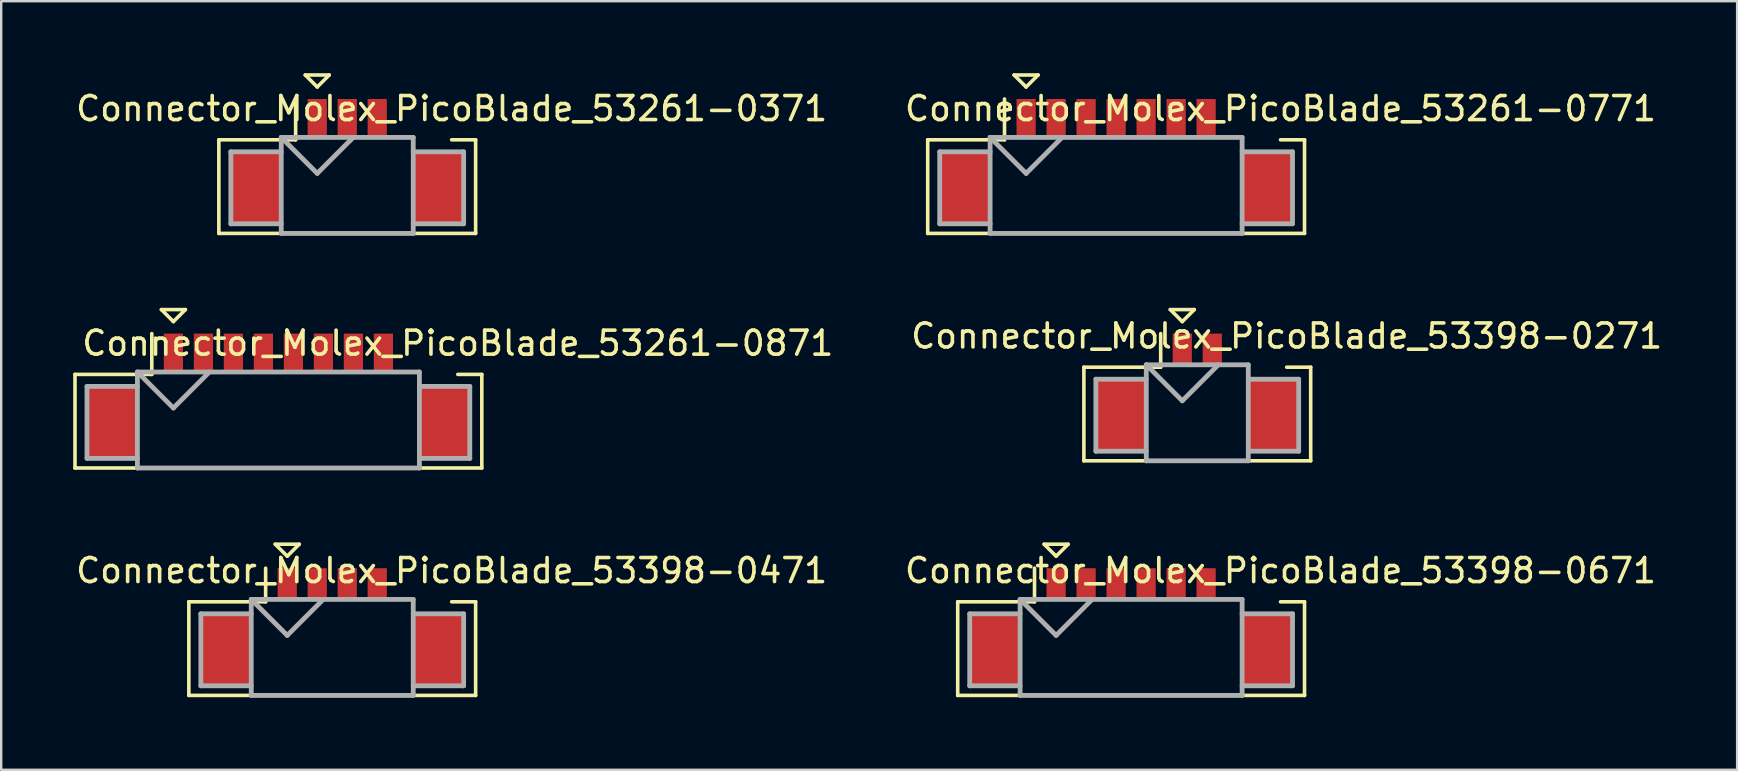
<source format=kicad_pcb>
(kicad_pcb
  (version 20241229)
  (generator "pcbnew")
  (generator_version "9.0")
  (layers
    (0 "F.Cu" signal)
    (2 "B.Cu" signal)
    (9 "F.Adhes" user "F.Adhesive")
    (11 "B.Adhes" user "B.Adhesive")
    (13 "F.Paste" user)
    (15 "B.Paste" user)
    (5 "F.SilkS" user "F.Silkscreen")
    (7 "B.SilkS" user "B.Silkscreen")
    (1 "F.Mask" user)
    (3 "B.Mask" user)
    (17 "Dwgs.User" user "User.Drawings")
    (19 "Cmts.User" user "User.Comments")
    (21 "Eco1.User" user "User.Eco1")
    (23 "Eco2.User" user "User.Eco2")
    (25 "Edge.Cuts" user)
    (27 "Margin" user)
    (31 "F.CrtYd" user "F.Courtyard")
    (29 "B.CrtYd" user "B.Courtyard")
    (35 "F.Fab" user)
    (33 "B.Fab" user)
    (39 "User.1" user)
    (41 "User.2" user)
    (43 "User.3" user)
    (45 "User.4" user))
  (footprint "Connector_Molex_PicoBlade_53398-0271"
    (layer "F.Cu")
    (at 46.836 14.25)
    (property "Reference" "Connector_Molex_PicoBlade_53398-0271" (at 3.725 -3.3 0) (layer "F.SilkS") (effects (font (size 1 1) (thickness 0.15))))
    (attr through_hole)
    (fp_line (start -4.725 -2) (end -4.725 1.9) (stroke (width 0.15) (type solid)) (layer "F.SilkS"))
    (fp_line (start -4.725 1.9) (end 4.725 1.9) (stroke (width 0.15) (type solid)) (layer "F.SilkS"))
    (fp_line (start -1.525 -3.4) (end -1.525 -2) (stroke (width 0.15) (type solid)) (layer "F.SilkS"))
    (fp_line (start -1.525 -2) (end -4.725 -2) (stroke (width 0.15) (type solid)) (layer "F.SilkS"))
    (fp_line (start -1.125 -4.4) (end -0.125 -4.4) (stroke (width 0.15) (type solid)) (layer "F.SilkS"))
    (fp_line (start -0.625 -3.9) (end -1.125 -4.4) (stroke (width 0.15) (type solid)) (layer "F.SilkS"))
    (fp_line (start -0.125 -4.4) (end -0.625 -3.9) (stroke (width 0.15) (type solid)) (layer "F.SilkS"))
    (fp_line (start 4.725 -2) (end 3.725 -2) (stroke (width 0.15) (type solid)) (layer "F.SilkS"))
    (fp_line (start 4.725 1.9) (end 4.725 -2) (stroke (width 0.15) (type solid)) (layer "F.SilkS"))
    (fp_line (start -4.225 -1.5) (end -4.225 1.5) (stroke (width 0.2) (type solid)) (layer "F.Fab"))
    (fp_line (start -4.225 1.5) (end -2.125 1.5) (stroke (width 0.2) (type solid)) (layer "F.Fab"))
    (fp_line (start -2.125 -2.1) (end -2.125 1.9) (stroke (width 0.2) (type solid)) (layer "F.Fab"))
    (fp_line (start -2.125 -2.1) (end -0.625 -0.6) (stroke (width 0.2) (type solid)) (layer "F.Fab"))
    (fp_line (start -2.125 -1.5) (end -4.225 -1.5) (stroke (width 0.2) (type solid)) (layer "F.Fab"))
    (fp_line (start -2.125 1.9) (end 2.125 1.9) (stroke (width 0.2) (type solid)) (layer "F.Fab"))
    (fp_line (start -0.625 -0.6) (end 0.875 -2.1) (stroke (width 0.2) (type solid)) (layer "F.Fab"))
    (fp_line (start 2.125 -2.1) (end -2.125 -2.1) (stroke (width 0.2) (type solid)) (layer "F.Fab"))
    (fp_line (start 2.125 -1.5) (end 4.225 -1.5) (stroke (width 0.2) (type solid)) (layer "F.Fab"))
    (fp_line (start 2.125 1.9) (end 2.125 -2.1) (stroke (width 0.2) (type solid)) (layer "F.Fab"))
    (fp_line (start 4.225 -1.5) (end 4.225 1.5) (stroke (width 0.2) (type solid)) (layer "F.Fab"))
    (fp_line (start 4.225 1.5) (end 2.125 1.5) (stroke (width 0.2) (type solid)) (layer "F.Fab"))
    (pad "" smd rect (at -3.175 0) (size 2.1 3) (layers "F.Cu" "F.Mask" "F.Paste"))
    (pad "" smd rect (at 3.175 0) (size 2.1 3) (layers "F.Cu" "F.Mask" "F.Paste"))
    (pad "1" smd rect (at -0.625 -2.75) (size 0.8 1.3) (layers "F.Cu" "F.Mask" "F.Paste"))
    (pad "2" smd rect (at 0.625 -2.75) (size 0.8 1.3) (layers "F.Cu" "F.Mask" "F.Paste")))
  (footprint "Connector_Molex_PicoBlade_53261-0871"
    (layer "F.Cu")
    (at 8.55 14.55)
    (property "Reference" "Connector_Molex_PicoBlade_53261-0871" (at 7.475 -3.3 0) (layer "F.SilkS") (effects (font (size 1 1) (thickness 0.15))))
    (attr through_hole)
    (fp_line (start -8.475 -2) (end -8.475 1.9) (stroke (width 0.15) (type solid)) (layer "F.SilkS"))
    (fp_line (start -8.475 1.9) (end 8.475 1.9) (stroke (width 0.15) (type solid)) (layer "F.SilkS"))
    (fp_line (start -5.275 -3.7) (end -5.275 -2) (stroke (width 0.15) (type solid)) (layer "F.SilkS"))
    (fp_line (start -5.275 -2) (end -8.475 -2) (stroke (width 0.15) (type solid)) (layer "F.SilkS"))
    (fp_line (start -4.875 -4.7) (end -3.875 -4.7) (stroke (width 0.15) (type solid)) (layer "F.SilkS"))
    (fp_line (start -4.375 -4.2) (end -4.875 -4.7) (stroke (width 0.15) (type solid)) (layer "F.SilkS"))
    (fp_line (start -3.875 -4.7) (end -4.375 -4.2) (stroke (width 0.15) (type solid)) (layer "F.SilkS"))
    (fp_line (start 8.475 -2) (end 7.475 -2) (stroke (width 0.15) (type solid)) (layer "F.SilkS"))
    (fp_line (start 8.475 1.9) (end 8.475 -2) (stroke (width 0.15) (type solid)) (layer "F.SilkS"))
    (fp_line (start -7.975 -1.5) (end -7.975 1.5) (stroke (width 0.2) (type solid)) (layer "F.Fab"))
    (fp_line (start -7.975 1.5) (end -5.875 1.5) (stroke (width 0.2) (type solid)) (layer "F.Fab"))
    (fp_line (start -5.875 -2.1) (end -5.875 1.9) (stroke (width 0.2) (type solid)) (layer "F.Fab"))
    (fp_line (start -5.875 -2.1) (end -4.375 -0.6) (stroke (width 0.2) (type solid)) (layer "F.Fab"))
    (fp_line (start -5.875 -1.5) (end -7.975 -1.5) (stroke (width 0.2) (type solid)) (layer "F.Fab"))
    (fp_line (start -5.875 1.9) (end 5.875 1.9) (stroke (width 0.2) (type solid)) (layer "F.Fab"))
    (fp_line (start -4.375 -0.6) (end -2.875 -2.1) (stroke (width 0.2) (type solid)) (layer "F.Fab"))
    (fp_line (start 5.875 -2.1) (end -5.875 -2.1) (stroke (width 0.2) (type solid)) (layer "F.Fab"))
    (fp_line (start 5.875 -1.5) (end 7.975 -1.5) (stroke (width 0.2) (type solid)) (layer "F.Fab"))
    (fp_line (start 5.875 1.9) (end 5.875 -2.1) (stroke (width 0.2) (type solid)) (layer "F.Fab"))
    (fp_line (start 7.975 -1.5) (end 7.975 1.5) (stroke (width 0.2) (type solid)) (layer "F.Fab"))
    (fp_line (start 7.975 1.5) (end 5.875 1.5) (stroke (width 0.2) (type solid)) (layer "F.Fab"))
    (pad "" smd rect (at -6.925 0) (size 2.1 3) (layers "F.Cu" "F.Mask" "F.Paste"))
    (pad "" smd rect (at 6.925 0) (size 2.1 3) (layers "F.Cu" "F.Mask" "F.Paste"))
    (pad "1" smd rect (at -4.375 -2.9) (size 0.8 1.6) (layers "F.Cu" "F.Mask" "F.Paste"))
    (pad "2" smd rect (at -3.125 -2.9) (size 0.8 1.6) (layers "F.Cu" "F.Mask" "F.Paste"))
    (pad "3" smd rect (at -1.875 -2.9) (size 0.8 1.6) (layers "F.Cu" "F.Mask" "F.Paste"))
    (pad "4" smd rect (at -0.625 -2.9) (size 0.8 1.6) (layers "F.Cu" "F.Mask" "F.Paste"))
    (pad "5" smd rect (at 0.625 -2.9) (size 0.8 1.6) (layers "F.Cu" "F.Mask" "F.Paste"))
    (pad "6" smd rect (at 1.875 -2.9) (size 0.8 1.6) (layers "F.Cu" "F.Mask" "F.Paste"))
    (pad "7" smd rect (at 3.125 -2.9) (size 0.8 1.6) (layers "F.Cu" "F.Mask" "F.Paste"))
    (pad "8" smd rect (at 4.375 -2.9) (size 0.8 1.6) (layers "F.Cu" "F.Mask" "F.Paste")))
  (footprint "Connector_Molex_PicoBlade_53261-0371"
    (layer "F.Cu")
    (at 11.418 4.775)
    (property "Reference" "Connector_Molex_PicoBlade_53261-0371" (at 4.35 -3.3 0) (layer "F.SilkS") (effects (font (size 1 1) (thickness 0.15))))
    (attr through_hole)
    (fp_line (start -5.35 -2) (end -5.35 1.9) (stroke (width 0.15) (type solid)) (layer "F.SilkS"))
    (fp_line (start -5.35 1.9) (end 5.35 1.9) (stroke (width 0.15) (type solid)) (layer "F.SilkS"))
    (fp_line (start -2.15 -3.7) (end -2.15 -2) (stroke (width 0.15) (type solid)) (layer "F.SilkS"))
    (fp_line (start -2.15 -2) (end -5.35 -2) (stroke (width 0.15) (type solid)) (layer "F.SilkS"))
    (fp_line (start -1.75 -4.7) (end -0.75 -4.7) (stroke (width 0.15) (type solid)) (layer "F.SilkS"))
    (fp_line (start -1.25 -4.2) (end -1.75 -4.7) (stroke (width 0.15) (type solid)) (layer "F.SilkS"))
    (fp_line (start -0.75 -4.7) (end -1.25 -4.2) (stroke (width 0.15) (type solid)) (layer "F.SilkS"))
    (fp_line (start 5.35 -2) (end 4.35 -2) (stroke (width 0.15) (type solid)) (layer "F.SilkS"))
    (fp_line (start 5.35 1.9) (end 5.35 -2) (stroke (width 0.15) (type solid)) (layer "F.SilkS"))
    (fp_line (start -4.85 -1.5) (end -4.85 1.5) (stroke (width 0.2) (type solid)) (layer "F.Fab"))
    (fp_line (start -4.85 1.5) (end -2.75 1.5) (stroke (width 0.2) (type solid)) (layer "F.Fab"))
    (fp_line (start -2.75 -2.1) (end -2.75 1.9) (stroke (width 0.2) (type solid)) (layer "F.Fab"))
    (fp_line (start -2.75 -2.1) (end -1.25 -0.6) (stroke (width 0.2) (type solid)) (layer "F.Fab"))
    (fp_line (start -2.75 -1.5) (end -4.85 -1.5) (stroke (width 0.2) (type solid)) (layer "F.Fab"))
    (fp_line (start -2.75 1.9) (end 2.75 1.9) (stroke (width 0.2) (type solid)) (layer "F.Fab"))
    (fp_line (start -1.25 -0.6) (end 0.25 -2.1) (stroke (width 0.2) (type solid)) (layer "F.Fab"))
    (fp_line (start 2.75 -2.1) (end -2.75 -2.1) (stroke (width 0.2) (type solid)) (layer "F.Fab"))
    (fp_line (start 2.75 -1.5) (end 4.85 -1.5) (stroke (width 0.2) (type solid)) (layer "F.Fab"))
    (fp_line (start 2.75 1.9) (end 2.75 -2.1) (stroke (width 0.2) (type solid)) (layer "F.Fab"))
    (fp_line (start 4.85 -1.5) (end 4.85 1.5) (stroke (width 0.2) (type solid)) (layer "F.Fab"))
    (fp_line (start 4.85 1.5) (end 2.75 1.5) (stroke (width 0.2) (type solid)) (layer "F.Fab"))
    (pad "" smd rect (at -3.8 0) (size 2.1 3) (layers "F.Cu" "F.Mask" "F.Paste"))
    (pad "" smd rect (at 3.8 0) (size 2.1 3) (layers "F.Cu" "F.Mask" "F.Paste"))
    (pad "1" smd rect (at -1.25 -2.9) (size 0.8 1.6) (layers "F.Cu" "F.Mask" "F.Paste"))
    (pad "2" smd rect (at 0 -2.9) (size 0.8 1.6) (layers "F.Cu" "F.Mask" "F.Paste"))
    (pad "3" smd rect (at 1.25 -2.9) (size 0.8 1.6) (layers "F.Cu" "F.Mask" "F.Paste")))
  (footprint "Connector_Molex_PicoBlade_53398-0471"
    (layer "F.Cu")
    (at 10.793 24.025)
    (property "Reference" "Connector_Molex_PicoBlade_53398-0471" (at 4.975 -3.3 0) (layer "F.SilkS") (effects (font (size 1 1) (thickness 0.15))))
    (attr through_hole)
    (fp_line (start -5.975 -2) (end -5.975 1.9) (stroke (width 0.15) (type solid)) (layer "F.SilkS"))
    (fp_line (start -5.975 1.9) (end 5.975 1.9) (stroke (width 0.15) (type solid)) (layer "F.SilkS"))
    (fp_line (start -2.775 -3.4) (end -2.775 -2) (stroke (width 0.15) (type solid)) (layer "F.SilkS"))
    (fp_line (start -2.775 -2) (end -5.975 -2) (stroke (width 0.15) (type solid)) (layer "F.SilkS"))
    (fp_line (start -2.375 -4.4) (end -1.375 -4.4) (stroke (width 0.15) (type solid)) (layer "F.SilkS"))
    (fp_line (start -1.875 -3.9) (end -2.375 -4.4) (stroke (width 0.15) (type solid)) (layer "F.SilkS"))
    (fp_line (start -1.375 -4.4) (end -1.875 -3.9) (stroke (width 0.15) (type solid)) (layer "F.SilkS"))
    (fp_line (start 5.975 -2) (end 4.975 -2) (stroke (width 0.15) (type solid)) (layer "F.SilkS"))
    (fp_line (start 5.975 1.9) (end 5.975 -2) (stroke (width 0.15) (type solid)) (layer "F.SilkS"))
    (fp_line (start -5.475 -1.5) (end -5.475 1.5) (stroke (width 0.2) (type solid)) (layer "F.Fab"))
    (fp_line (start -5.475 1.5) (end -3.375 1.5) (stroke (width 0.2) (type solid)) (layer "F.Fab"))
    (fp_line (start -3.375 -2.1) (end -3.375 1.9) (stroke (width 0.2) (type solid)) (layer "F.Fab"))
    (fp_line (start -3.375 -2.1) (end -1.875 -0.6) (stroke (width 0.2) (type solid)) (layer "F.Fab"))
    (fp_line (start -3.375 -1.5) (end -5.475 -1.5) (stroke (width 0.2) (type solid)) (layer "F.Fab"))
    (fp_line (start -3.375 1.9) (end 3.375 1.9) (stroke (width 0.2) (type solid)) (layer "F.Fab"))
    (fp_line (start -1.875 -0.6) (end -0.375 -2.1) (stroke (width 0.2) (type solid)) (layer "F.Fab"))
    (fp_line (start 3.375 -2.1) (end -3.375 -2.1) (stroke (width 0.2) (type solid)) (layer "F.Fab"))
    (fp_line (start 3.375 -1.5) (end 5.475 -1.5) (stroke (width 0.2) (type solid)) (layer "F.Fab"))
    (fp_line (start 3.375 1.9) (end 3.375 -2.1) (stroke (width 0.2) (type solid)) (layer "F.Fab"))
    (fp_line (start 5.475 -1.5) (end 5.475 1.5) (stroke (width 0.2) (type solid)) (layer "F.Fab"))
    (fp_line (start 5.475 1.5) (end 3.375 1.5) (stroke (width 0.2) (type solid)) (layer "F.Fab"))
    (pad "" smd rect (at -4.425 0) (size 2.1 3) (layers "F.Cu" "F.Mask" "F.Paste"))
    (pad "" smd rect (at 4.425 0) (size 2.1 3) (layers "F.Cu" "F.Mask" "F.Paste"))
    (pad "1" smd rect (at -1.875 -2.75) (size 0.8 1.3) (layers "F.Cu" "F.Mask" "F.Paste"))
    (pad "2" smd rect (at -0.625 -2.75) (size 0.8 1.3) (layers "F.Cu" "F.Mask" "F.Paste"))
    (pad "3" smd rect (at 0.625 -2.75) (size 0.8 1.3) (layers "F.Cu" "F.Mask" "F.Paste"))
    (pad "4" smd rect (at 1.875 -2.75) (size 0.8 1.3) (layers "F.Cu" "F.Mask" "F.Paste")))
  (footprint "Connector_Molex_PicoBlade_53398-0671"
    (layer "F.Cu")
    (at 44.079 24.025)
    (property "Reference" "Connector_Molex_PicoBlade_53398-0671" (at 6.225 -3.3 0) (layer "F.SilkS") (effects (font (size 1 1) (thickness 0.15))))
    (attr through_hole)
    (fp_line (start -7.225 -2) (end -7.225 1.9) (stroke (width 0.15) (type solid)) (layer "F.SilkS"))
    (fp_line (start -7.225 1.9) (end 7.225 1.9) (stroke (width 0.15) (type solid)) (layer "F.SilkS"))
    (fp_line (start -4.025 -3.4) (end -4.025 -2) (stroke (width 0.15) (type solid)) (layer "F.SilkS"))
    (fp_line (start -4.025 -2) (end -7.225 -2) (stroke (width 0.15) (type solid)) (layer "F.SilkS"))
    (fp_line (start -3.625 -4.4) (end -2.625 -4.4) (stroke (width 0.15) (type solid)) (layer "F.SilkS"))
    (fp_line (start -3.125 -3.9) (end -3.625 -4.4) (stroke (width 0.15) (type solid)) (layer "F.SilkS"))
    (fp_line (start -2.625 -4.4) (end -3.125 -3.9) (stroke (width 0.15) (type solid)) (layer "F.SilkS"))
    (fp_line (start 7.225 -2) (end 6.225 -2) (stroke (width 0.15) (type solid)) (layer "F.SilkS"))
    (fp_line (start 7.225 1.9) (end 7.225 -2) (stroke (width 0.15) (type solid)) (layer "F.SilkS"))
    (fp_line (start -6.725 -1.5) (end -6.725 1.5) (stroke (width 0.2) (type solid)) (layer "F.Fab"))
    (fp_line (start -6.725 1.5) (end -4.625 1.5) (stroke (width 0.2) (type solid)) (layer "F.Fab"))
    (fp_line (start -4.625 -2.1) (end -4.625 1.9) (stroke (width 0.2) (type solid)) (layer "F.Fab"))
    (fp_line (start -4.625 -2.1) (end -3.125 -0.6) (stroke (width 0.2) (type solid)) (layer "F.Fab"))
    (fp_line (start -4.625 -1.5) (end -6.725 -1.5) (stroke (width 0.2) (type solid)) (layer "F.Fab"))
    (fp_line (start -4.625 1.9) (end 4.625 1.9) (stroke (width 0.2) (type solid)) (layer "F.Fab"))
    (fp_line (start -3.125 -0.6) (end -1.625 -2.1) (stroke (width 0.2) (type solid)) (layer "F.Fab"))
    (fp_line (start 4.625 -2.1) (end -4.625 -2.1) (stroke (width 0.2) (type solid)) (layer "F.Fab"))
    (fp_line (start 4.625 -1.5) (end 6.725 -1.5) (stroke (width 0.2) (type solid)) (layer "F.Fab"))
    (fp_line (start 4.625 1.9) (end 4.625 -2.1) (stroke (width 0.2) (type solid)) (layer "F.Fab"))
    (fp_line (start 6.725 -1.5) (end 6.725 1.5) (stroke (width 0.2) (type solid)) (layer "F.Fab"))
    (fp_line (start 6.725 1.5) (end 4.625 1.5) (stroke (width 0.2) (type solid)) (layer "F.Fab"))
    (pad "" smd rect (at -5.675 0) (size 2.1 3) (layers "F.Cu" "F.Mask" "F.Paste"))
    (pad "" smd rect (at 5.675 0) (size 2.1 3) (layers "F.Cu" "F.Mask" "F.Paste"))
    (pad "1" smd rect (at -3.125 -2.75) (size 0.8 1.3) (layers "F.Cu" "F.Mask" "F.Paste"))
    (pad "2" smd rect (at -1.875 -2.75) (size 0.8 1.3) (layers "F.Cu" "F.Mask" "F.Paste"))
    (pad "3" smd rect (at -0.625 -2.75) (size 0.8 1.3) (layers "F.Cu" "F.Mask" "F.Paste"))
    (pad "4" smd rect (at 0.625 -2.75) (size 0.8 1.3) (layers "F.Cu" "F.Mask" "F.Paste"))
    (pad "5" smd rect (at 1.875 -2.75) (size 0.8 1.3) (layers "F.Cu" "F.Mask" "F.Paste"))
    (pad "6" smd rect (at 3.125 -2.75) (size 0.8 1.3) (layers "F.Cu" "F.Mask" "F.Paste")))
  (footprint "Connector_Molex_PicoBlade_53261-0771"
    (layer "F.Cu")
    (at 43.454 4.775)
    (property "Reference" "Connector_Molex_PicoBlade_53261-0771" (at 6.85 -3.3 0) (layer "F.SilkS") (effects (font (size 1 1) (thickness 0.15))))
    (attr through_hole)
    (fp_line (start -7.85 -2) (end -7.85 1.9) (stroke (width 0.15) (type solid)) (layer "F.SilkS"))
    (fp_line (start -7.85 1.9) (end 7.85 1.9) (stroke (width 0.15) (type solid)) (layer "F.SilkS"))
    (fp_line (start -4.65 -3.7) (end -4.65 -2) (stroke (width 0.15) (type solid)) (layer "F.SilkS"))
    (fp_line (start -4.65 -2) (end -7.85 -2) (stroke (width 0.15) (type solid)) (layer "F.SilkS"))
    (fp_line (start -4.25 -4.7) (end -3.25 -4.7) (stroke (width 0.15) (type solid)) (layer "F.SilkS"))
    (fp_line (start -3.75 -4.2) (end -4.25 -4.7) (stroke (width 0.15) (type solid)) (layer "F.SilkS"))
    (fp_line (start -3.25 -4.7) (end -3.75 -4.2) (stroke (width 0.15) (type solid)) (layer "F.SilkS"))
    (fp_line (start 7.85 -2) (end 6.85 -2) (stroke (width 0.15) (type solid)) (layer "F.SilkS"))
    (fp_line (start 7.85 1.9) (end 7.85 -2) (stroke (width 0.15) (type solid)) (layer "F.SilkS"))
    (fp_line (start -7.35 -1.5) (end -7.35 1.5) (stroke (width 0.2) (type solid)) (layer "F.Fab"))
    (fp_line (start -7.35 1.5) (end -5.25 1.5) (stroke (width 0.2) (type solid)) (layer "F.Fab"))
    (fp_line (start -5.25 -2.1) (end -5.25 1.9) (stroke (width 0.2) (type solid)) (layer "F.Fab"))
    (fp_line (start -5.25 -2.1) (end -3.75 -0.6) (stroke (width 0.2) (type solid)) (layer "F.Fab"))
    (fp_line (start -5.25 -1.5) (end -7.35 -1.5) (stroke (width 0.2) (type solid)) (layer "F.Fab"))
    (fp_line (start -5.25 1.9) (end 5.25 1.9) (stroke (width 0.2) (type solid)) (layer "F.Fab"))
    (fp_line (start -3.75 -0.6) (end -2.25 -2.1) (stroke (width 0.2) (type solid)) (layer "F.Fab"))
    (fp_line (start 5.25 -2.1) (end -5.25 -2.1) (stroke (width 0.2) (type solid)) (layer "F.Fab"))
    (fp_line (start 5.25 -1.5) (end 7.35 -1.5) (stroke (width 0.2) (type solid)) (layer "F.Fab"))
    (fp_line (start 5.25 1.9) (end 5.25 -2.1) (stroke (width 0.2) (type solid)) (layer "F.Fab"))
    (fp_line (start 7.35 -1.5) (end 7.35 1.5) (stroke (width 0.2) (type solid)) (layer "F.Fab"))
    (fp_line (start 7.35 1.5) (end 5.25 1.5) (stroke (width 0.2) (type solid)) (layer "F.Fab"))
    (pad "" smd rect (at -6.3 0) (size 2.1 3) (layers "F.Cu" "F.Mask" "F.Paste"))
    (pad "" smd rect (at 6.3 0) (size 2.1 3) (layers "F.Cu" "F.Mask" "F.Paste"))
    (pad "1" smd rect (at -3.75 -2.9) (size 0.8 1.6) (layers "F.Cu" "F.Mask" "F.Paste"))
    (pad "2" smd rect (at -2.5 -2.9) (size 0.8 1.6) (layers "F.Cu" "F.Mask" "F.Paste"))
    (pad "3" smd rect (at -1.25 -2.9) (size 0.8 1.6) (layers "F.Cu" "F.Mask" "F.Paste"))
    (pad "4" smd rect (at 0 -2.9) (size 0.8 1.6) (layers "F.Cu" "F.Mask" "F.Paste"))
    (pad "5" smd rect (at 1.25 -2.9) (size 0.8 1.6) (layers "F.Cu" "F.Mask" "F.Paste"))
    (pad "6" smd rect (at 2.5 -2.9) (size 0.8 1.6) (layers "F.Cu" "F.Mask" "F.Paste"))
    (pad "7" smd rect (at 3.75 -2.9) (size 0.8 1.6) (layers "F.Cu" "F.Mask" "F.Paste")))
  (gr_rect
    (start -3 -3)
    (end 69.329 29.025)
    (stroke (width 0.1) (type default))
    (fill no)
    (layer "Edge.Cuts")))
</source>
